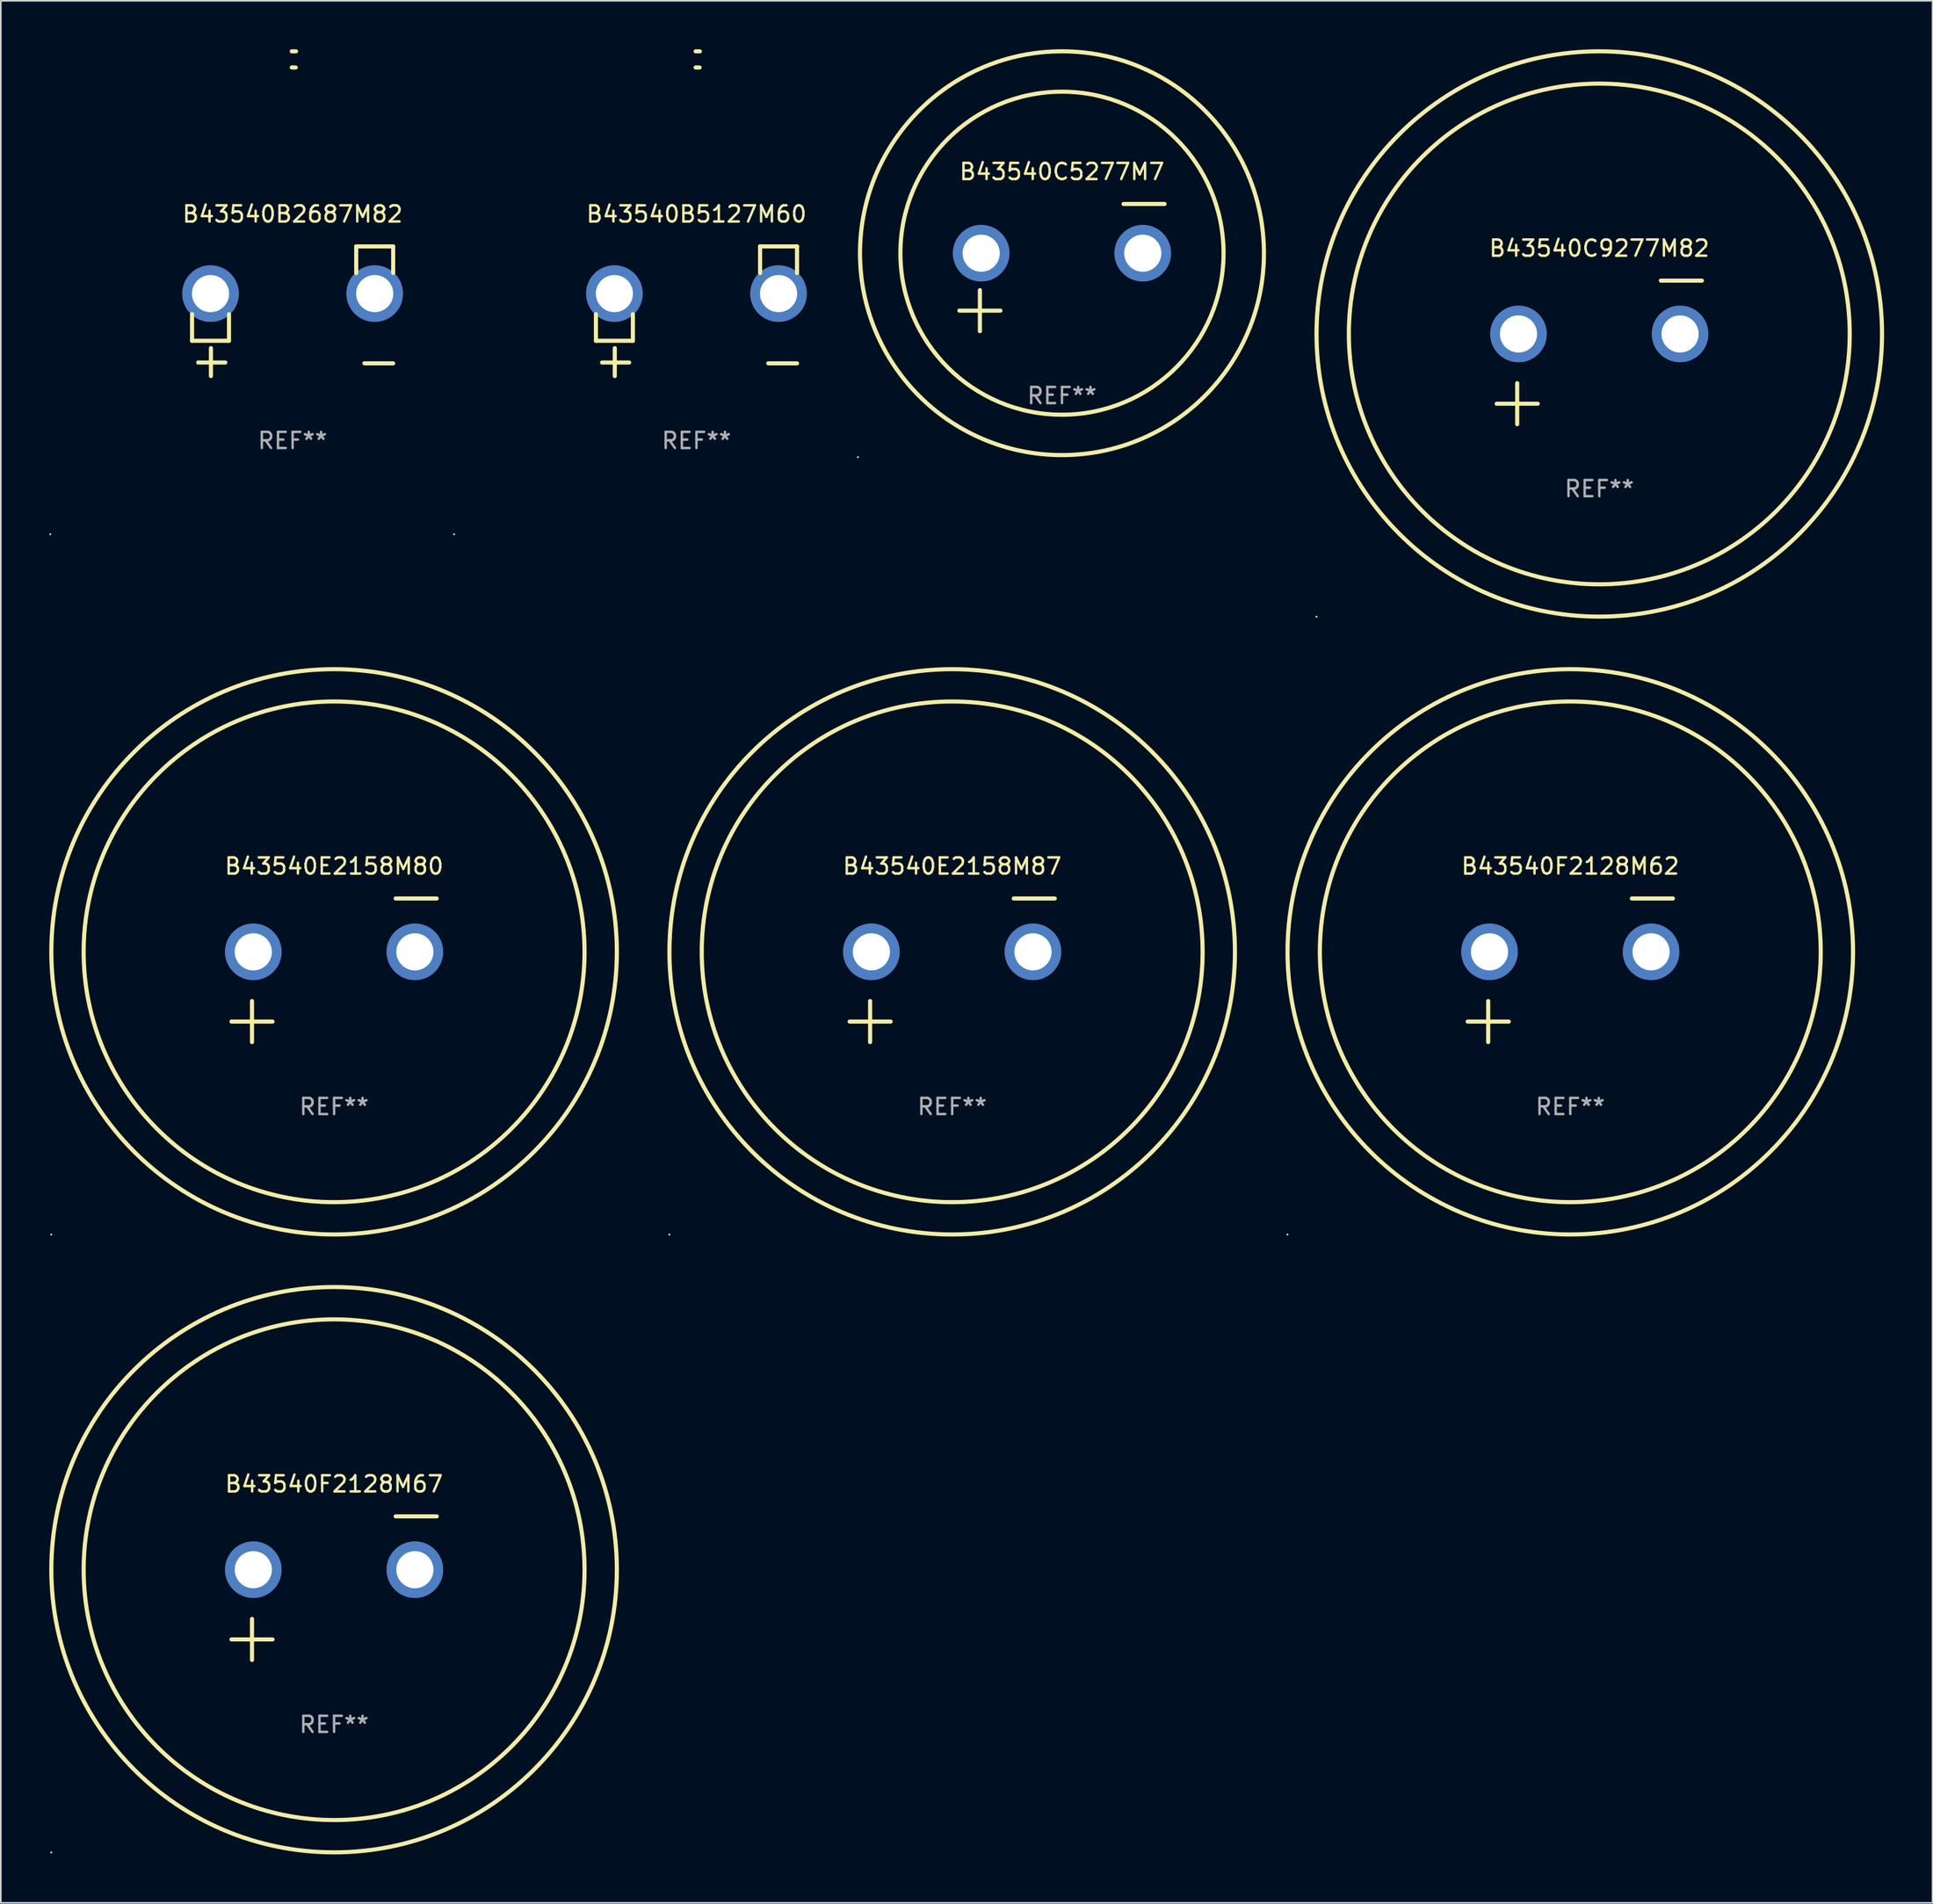
<source format=kicad_pcb>
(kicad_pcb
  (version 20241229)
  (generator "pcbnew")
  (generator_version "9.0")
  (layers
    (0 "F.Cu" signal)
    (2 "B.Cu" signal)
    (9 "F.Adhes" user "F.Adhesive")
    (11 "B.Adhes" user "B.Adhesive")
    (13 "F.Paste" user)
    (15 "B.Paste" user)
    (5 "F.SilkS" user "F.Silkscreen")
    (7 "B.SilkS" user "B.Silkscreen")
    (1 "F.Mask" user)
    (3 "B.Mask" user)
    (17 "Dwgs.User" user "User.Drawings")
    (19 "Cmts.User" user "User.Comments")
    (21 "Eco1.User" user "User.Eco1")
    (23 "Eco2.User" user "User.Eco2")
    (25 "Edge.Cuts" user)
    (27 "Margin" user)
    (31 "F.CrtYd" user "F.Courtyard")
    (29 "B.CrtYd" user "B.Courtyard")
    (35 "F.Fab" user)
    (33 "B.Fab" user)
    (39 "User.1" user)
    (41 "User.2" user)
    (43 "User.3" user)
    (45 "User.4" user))
  (footprint "B43540C9277M82"
    (layer "F.Cu")
    (at 95.93 18.77)
    (property "Reference" "B43540C9277M82" (at 0 -6.445 0) (layer "F.SilkS") (effects (font (size 1 1) (thickness 0.15))))
    (attr through_hole)
    (fp_line (start -6.35 3.175) (end -3.81 3.175) (stroke (width 0.254) (type solid)) (layer "F.SilkS"))
    (fp_line (start -5.08 1.905) (end -5.08 4.445) (stroke (width 0.254) (type solid)) (layer "F.SilkS"))
    (fp_line (start 3.81 -4.445) (end 6.35 -4.445) (stroke (width 0.254) (type solid)) (layer "F.SilkS"))
    (fp_circle (center -17.505 16.362) (end -17.475 16.362) (stroke (width 0.06) (type solid)) (fill no) (layer "F.SilkS"))
    (fp_circle (center 0 -1.143) (end 15.5 -1.143) (stroke (width 0.254) (type solid)) (fill no) (layer "F.SilkS"))
    (fp_circle (center 0 -1.143) (end 17.5 -1.143) (stroke (width 0.254) (type solid)) (fill no) (layer "F.SilkS"))
    (fp_text user "REF**" (at 0 8.445 0) (layer "F.Fab") (effects (font (size 1 1) (thickness 0.15))))
    (pad "1" thru_hole circle (at -5 -1.143) (size 3.5 3.5) (drill 2.3) (layers "*.Cu" "*.Mask"))
    (pad "2" thru_hole circle (at 5 -1.143) (size 3.5 3.5) (drill 2.3) (layers "*.Cu" "*.Mask")))
  (footprint "B43540B5127M60"
    (layer "F.Cu")
    (at 40.055 16.22)
    (property "Reference" "B43540B5127M60" (at 0 -6.013 0) (layer "F.SilkS") (effects (font (size 1 1) (thickness 0.15))))
    (attr through_hole)
    (fp_line (start -6.223 0.178) (end -6.223 1.829) (stroke (width 0.254) (type solid)) (layer "F.SilkS"))
    (fp_line (start -6.223 1.829) (end -3.937 1.829) (stroke (width 0.254) (type solid)) (layer "F.SilkS"))
    (fp_line (start -5.055 4.013) (end -5.055 2.286) (stroke (width 0.254) (type solid)) (layer "F.SilkS"))
    (fp_line (start -4.166 3.175) (end -5.842 3.175) (stroke (width 0.254) (type solid)) (layer "F.SilkS"))
    (fp_line (start -3.937 1.829) (end -3.937 0.178) (stroke (width 0.254) (type solid)) (layer "F.SilkS"))
    (fp_line (start 3.937 -4.013) (end 3.937 -2.362) (stroke (width 0.254) (type solid)) (layer "F.SilkS"))
    (fp_line (start 6.223 -4.013) (end 3.937 -4.013) (stroke (width 0.254) (type solid)) (layer "F.SilkS"))
    (fp_line (start 6.223 -2.362) (end 6.223 -4.013) (stroke (width 0.254) (type solid)) (layer "F.SilkS"))
    (fp_line (start 6.223 3.226) (end 4.445 3.226) (stroke (width 0.254) (type solid)) (layer "F.SilkS"))
    (fp_arc (start -0.0508 -16.093472) (mid 0.080016 -16.092762) (end 0.210821 -16.090932) (stroke (width 0.254001) (type solid)) (layer "F.SilkS"))
    (fp_arc (start -0.0508 -15.09271) (mid 0.071125 -15.091961) (end 0.19304 -15.09017) (stroke (width 0.254001) (type solid)) (layer "F.SilkS"))
    (fp_circle (center -15 13.808) (end -14.97 13.808) (stroke (width 0.06) (type solid)) (fill no) (layer "F.SilkS"))
    (fp_text user "REF**" (at 0 8.013 0) (layer "F.Fab") (effects (font (size 1 1) (thickness 0.15))))
    (pad "1" thru_hole circle (at -5.08 -1.092) (size 3.5 3.5) (drill 2.3) (layers "*.Cu" "*.Mask"))
    (pad "2" thru_hole circle (at 5.08 -1.092) (size 3.5 3.5) (drill 2.3) (layers "*.Cu" "*.Mask")))
  (footprint "B43540E2158M80"
    (layer "F.Cu")
    (at 17.627 57.024)
    (property "Reference" "B43540E2158M80" (at 0 -6.445 0) (layer "F.SilkS") (effects (font (size 1 1) (thickness 0.15))))
    (attr through_hole)
    (fp_line (start -6.35 3.175) (end -3.81 3.175) (stroke (width 0.254) (type solid)) (layer "F.SilkS"))
    (fp_line (start -5.08 1.905) (end -5.08 4.445) (stroke (width 0.254) (type solid)) (layer "F.SilkS"))
    (fp_line (start 3.81 -4.445) (end 6.35 -4.445) (stroke (width 0.254) (type solid)) (layer "F.SilkS"))
    (fp_circle (center -17.505 16.362) (end -17.475 16.362) (stroke (width 0.06) (type solid)) (fill no) (layer "F.SilkS"))
    (fp_circle (center 0 -1.143) (end 15.5 -1.143) (stroke (width 0.254) (type solid)) (fill no) (layer "F.SilkS"))
    (fp_circle (center 0 -1.143) (end 17.5 -1.143) (stroke (width 0.254) (type solid)) (fill no) (layer "F.SilkS"))
    (fp_text user "REF**" (at 0 8.445 0) (layer "F.Fab") (effects (font (size 1 1) (thickness 0.15))))
    (pad "1" thru_hole circle (at -5 -1.143) (size 3.5 3.5) (drill 2.3) (layers "*.Cu" "*.Mask"))
    (pad "2" thru_hole circle (at 5 -1.143) (size 3.5 3.5) (drill 2.3) (layers "*.Cu" "*.Mask")))
  (footprint "B43540B2687M82"
    (layer "F.Cu")
    (at 15.06 16.22)
    (property "Reference" "B43540B2687M82" (at 0 -6.013 0) (layer "F.SilkS") (effects (font (size 1 1) (thickness 0.15))))
    (attr through_hole)
    (fp_line (start -6.223 0.178) (end -6.223 1.829) (stroke (width 0.254) (type solid)) (layer "F.SilkS"))
    (fp_line (start -6.223 1.829) (end -3.937 1.829) (stroke (width 0.254) (type solid)) (layer "F.SilkS"))
    (fp_line (start -5.055 4.013) (end -5.055 2.286) (stroke (width 0.254) (type solid)) (layer "F.SilkS"))
    (fp_line (start -4.166 3.175) (end -5.842 3.175) (stroke (width 0.254) (type solid)) (layer "F.SilkS"))
    (fp_line (start -3.937 1.829) (end -3.937 0.178) (stroke (width 0.254) (type solid)) (layer "F.SilkS"))
    (fp_line (start 3.937 -4.013) (end 3.937 -2.362) (stroke (width 0.254) (type solid)) (layer "F.SilkS"))
    (fp_line (start 6.223 -4.013) (end 3.937 -4.013) (stroke (width 0.254) (type solid)) (layer "F.SilkS"))
    (fp_line (start 6.223 -2.362) (end 6.223 -4.013) (stroke (width 0.254) (type solid)) (layer "F.SilkS"))
    (fp_line (start 6.223 3.226) (end 4.445 3.226) (stroke (width 0.254) (type solid)) (layer "F.SilkS"))
    (fp_arc (start -0.0508 -16.093472) (mid 0.080016 -16.092762) (end 0.210821 -16.090932) (stroke (width 0.254001) (type solid)) (layer "F.SilkS"))
    (fp_arc (start -0.0508 -15.09271) (mid 0.071125 -15.091961) (end 0.19304 -15.09017) (stroke (width 0.254001) (type solid)) (layer "F.SilkS"))
    (fp_circle (center -15 13.808) (end -14.97 13.808) (stroke (width 0.06) (type solid)) (fill no) (layer "F.SilkS"))
    (fp_text user "REF**" (at 0 8.013 0) (layer "F.Fab") (effects (font (size 1 1) (thickness 0.15))))
    (pad "1" thru_hole circle (at -5.08 -1.092) (size 3.5 3.5) (drill 2.3) (layers "*.Cu" "*.Mask"))
    (pad "2" thru_hole circle (at 5.08 -1.092) (size 3.5 3.5) (drill 2.3) (layers "*.Cu" "*.Mask")))
  (footprint "B43540F2128M62"
    (layer "F.Cu")
    (at 94.136 57.024)
    (property "Reference" "B43540F2128M62" (at 0 -6.445 0) (layer "F.SilkS") (effects (font (size 1 1) (thickness 0.15))))
    (attr through_hole)
    (fp_line (start -6.35 3.175) (end -3.81 3.175) (stroke (width 0.254) (type solid)) (layer "F.SilkS"))
    (fp_line (start -5.08 1.905) (end -5.08 4.445) (stroke (width 0.254) (type solid)) (layer "F.SilkS"))
    (fp_line (start 3.81 -4.445) (end 6.35 -4.445) (stroke (width 0.254) (type solid)) (layer "F.SilkS"))
    (fp_circle (center -17.505 16.362) (end -17.475 16.362) (stroke (width 0.06) (type solid)) (fill no) (layer "F.SilkS"))
    (fp_circle (center 0 -1.143) (end 15.5 -1.143) (stroke (width 0.254) (type solid)) (fill no) (layer "F.SilkS"))
    (fp_circle (center 0 -1.143) (end 17.5 -1.143) (stroke (width 0.254) (type solid)) (fill no) (layer "F.SilkS"))
    (fp_text user "REF**" (at 0 8.445 0) (layer "F.Fab") (effects (font (size 1 1) (thickness 0.15))))
    (pad "1" thru_hole circle (at -5 -1.143) (size 3.5 3.5) (drill 2.3) (layers "*.Cu" "*.Mask"))
    (pad "2" thru_hole circle (at 5 -1.143) (size 3.5 3.5) (drill 2.3) (layers "*.Cu" "*.Mask")))
  (footprint "B43540F2128M67"
    (layer "F.Cu")
    (at 17.627 95.279)
    (property "Reference" "B43540F2128M67" (at 0 -6.445 0) (layer "F.SilkS") (effects (font (size 1 1) (thickness 0.15))))
    (attr through_hole)
    (fp_line (start -6.35 3.175) (end -3.81 3.175) (stroke (width 0.254) (type solid)) (layer "F.SilkS"))
    (fp_line (start -5.08 1.905) (end -5.08 4.445) (stroke (width 0.254) (type solid)) (layer "F.SilkS"))
    (fp_line (start 3.81 -4.445) (end 6.35 -4.445) (stroke (width 0.254) (type solid)) (layer "F.SilkS"))
    (fp_circle (center -17.505 16.362) (end -17.475 16.362) (stroke (width 0.06) (type solid)) (fill no) (layer "F.SilkS"))
    (fp_circle (center 0 -1.143) (end 15.5 -1.143) (stroke (width 0.254) (type solid)) (fill no) (layer "F.SilkS"))
    (fp_circle (center 0 -1.143) (end 17.5 -1.143) (stroke (width 0.254) (type solid)) (fill no) (layer "F.SilkS"))
    (fp_text user "REF**" (at 0 8.445 0) (layer "F.Fab") (effects (font (size 1 1) (thickness 0.15))))
    (pad "1" thru_hole circle (at -5 -1.143) (size 3.5 3.5) (drill 2.3) (layers "*.Cu" "*.Mask"))
    (pad "2" thru_hole circle (at 5 -1.143) (size 3.5 3.5) (drill 2.3) (layers "*.Cu" "*.Mask")))
  (footprint "B43540C5277M7"
    (layer "F.Cu")
    (at 62.676 13.516)
    (property "Reference" "B43540C5277M7" (at 0 -5.937 0) (layer "F.SilkS") (effects (font (size 1 1) (thickness 0.15))))
    (attr through_hole)
    (fp_line (start -6.35 2.667) (end -3.81 2.667) (stroke (width 0.254) (type solid)) (layer "F.SilkS"))
    (fp_line (start -5.08 1.397) (end -5.08 3.937) (stroke (width 0.254) (type solid)) (layer "F.SilkS"))
    (fp_line (start 3.81 -3.937) (end 6.35 -3.937) (stroke (width 0.254) (type solid)) (layer "F.SilkS"))
    (fp_circle (center -12.627 11.738) (end -12.597 11.738) (stroke (width 0.06) (type solid)) (fill no) (layer "F.SilkS"))
    (fp_circle (center 0 -0.889) (end 10 -0.889) (stroke (width 0.254) (type solid)) (fill no) (layer "F.SilkS"))
    (fp_circle (center 0 -0.889) (end 12.5 -0.889) (stroke (width 0.254) (type solid)) (fill no) (layer "F.SilkS"))
    (fp_text user "REF**" (at 0 7.937 0) (layer "F.Fab") (effects (font (size 1 1) (thickness 0.15))))
    (pad "1" thru_hole circle (at -5 -0.889) (size 3.5 3.5) (drill 2.3) (layers "*.Cu" "*.Mask"))
    (pad "2" thru_hole circle (at 5 -0.889) (size 3.5 3.5) (drill 2.3) (layers "*.Cu" "*.Mask")))
  (footprint "B43540E2158M87"
    (layer "F.Cu")
    (at 55.881 57.024)
    (property "Reference" "B43540E2158M87" (at 0 -6.445 0) (layer "F.SilkS") (effects (font (size 1 1) (thickness 0.15))))
    (attr through_hole)
    (fp_line (start -6.35 3.175) (end -3.81 3.175) (stroke (width 0.254) (type solid)) (layer "F.SilkS"))
    (fp_line (start -5.08 1.905) (end -5.08 4.445) (stroke (width 0.254) (type solid)) (layer "F.SilkS"))
    (fp_line (start 3.81 -4.445) (end 6.35 -4.445) (stroke (width 0.254) (type solid)) (layer "F.SilkS"))
    (fp_circle (center -17.505 16.362) (end -17.475 16.362) (stroke (width 0.06) (type solid)) (fill no) (layer "F.SilkS"))
    (fp_circle (center 0 -1.143) (end 15.5 -1.143) (stroke (width 0.254) (type solid)) (fill no) (layer "F.SilkS"))
    (fp_circle (center 0 -1.143) (end 17.5 -1.143) (stroke (width 0.254) (type solid)) (fill no) (layer "F.SilkS"))
    (fp_text user "REF**" (at 0 8.445 0) (layer "F.Fab") (effects (font (size 1 1) (thickness 0.15))))
    (pad "1" thru_hole circle (at -5 -1.143) (size 3.5 3.5) (drill 2.3) (layers "*.Cu" "*.Mask"))
    (pad "2" thru_hole circle (at 5 -1.143) (size 3.5 3.5) (drill 2.3) (layers "*.Cu" "*.Mask")))
  (gr_rect
    (start -3 -3)
    (end 116.558 114.763)
    (stroke (width 0.1) (type default))
    (fill no)
    (layer "Edge.Cuts")))
</source>
